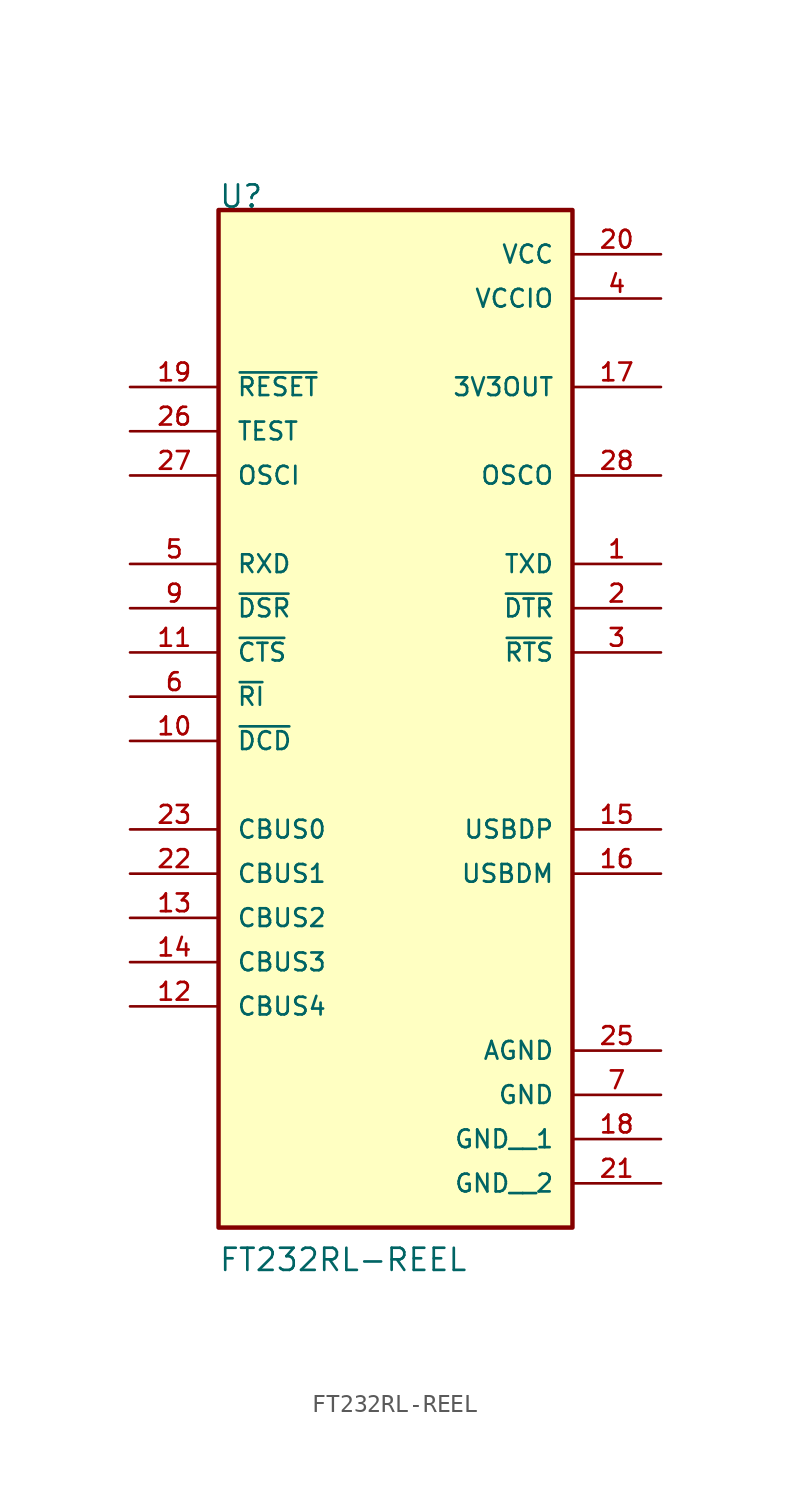
<source format=kicad_sym>
(kicad_symbol_lib
  (version 20211014)
  (generator kicad_symbol_editor)
  (symbol "FT232RL-REEL"
    (pin_names
      (offset 1.016))
    (property "Reference" "U"
      (at -10.174 27.978 0)
      (effects (font (size 1.27 1.27)) (justify bottom left)))
    (property "Value" "FT232RL-REEL"
      (at -10.179 -33.072 0)
      (effects (font (size 1.27 1.27)) (justify bottom left)))
    (symbol "FT232RL-REEL_0_0"
      (rectangle (start -10.16 -30.48) (end 10.16 27.94) (stroke (width 0.254)) (fill (type background)))
      (pin bidirectional line (at 15.24 -7.62 180.0) (length 5.08) (name "USBDP" (effects (font (size 1.016 1.016)))) (number "15" (effects (font (size 1.016 1.016)))))
      (pin bidirectional line (at 15.24 -10.16 180.0) (length 5.08) (name "USBDM" (effects (font (size 1.016 1.016)))) (number "16" (effects (font (size 1.016 1.016)))))
      (pin power_in line (at 15.24 22.86 180.0) (length 5.08) (name "VCCIO" (effects (font (size 1.016 1.016)))) (number "4" (effects (font (size 1.016 1.016)))))
      (pin power_in line (at 15.24 -22.86 180.0) (length 5.08) (name "GND" (effects (font (size 1.016 1.016)))) (number "7" (effects (font (size 1.016 1.016)))))
      (pin output line (at 15.24 17.78 180.0) (length 5.08) (name "3V3OUT" (effects (font (size 1.016 1.016)))) (number "17" (effects (font (size 1.016 1.016)))))
      (pin power_in line (at 15.24 25.4 180.0) (length 5.08) (name "VCC" (effects (font (size 1.016 1.016)))) (number "20" (effects (font (size 1.016 1.016)))))
      (pin power_in line (at 15.24 -20.32 180.0) (length 5.08) (name "AGND" (effects (font (size 1.016 1.016)))) (number "25" (effects (font (size 1.016 1.016)))))
      (pin input line (at -15.24 17.78 0) (length 5.08) (name "~{RESET}" (effects (font (size 1.016 1.016)))) (number "19" (effects (font (size 1.016 1.016)))))
      (pin input line (at -15.24 15.24 0) (length 5.08) (name "TEST" (effects (font (size 1.016 1.016)))) (number "26" (effects (font (size 1.016 1.016)))))
      (pin input line (at -15.24 12.7 0) (length 5.08) (name "OSCI" (effects (font (size 1.016 1.016)))) (number "27" (effects (font (size 1.016 1.016)))))
      (pin output line (at 15.24 12.7 180.0) (length 5.08) (name "OSCO" (effects (font (size 1.016 1.016)))) (number "28" (effects (font (size 1.016 1.016)))))
      (pin output line (at 15.24 7.62 180.0) (length 5.08) (name "TXD" (effects (font (size 1.016 1.016)))) (number "1" (effects (font (size 1.016 1.016)))))
      (pin output line (at 15.24 5.08 180.0) (length 5.08) (name "~{DTR}" (effects (font (size 1.016 1.016)))) (number "2" (effects (font (size 1.016 1.016)))))
      (pin output line (at 15.24 2.54 180.0) (length 5.08) (name "~{RTS}" (effects (font (size 1.016 1.016)))) (number "3" (effects (font (size 1.016 1.016)))))
      (pin input line (at -15.24 7.62 0) (length 5.08) (name "RXD" (effects (font (size 1.016 1.016)))) (number "5" (effects (font (size 1.016 1.016)))))
      (pin input line (at -15.24 0.0 0) (length 5.08) (name "~{RI}" (effects (font (size 1.016 1.016)))) (number "6" (effects (font (size 1.016 1.016)))))
      (pin input line (at -15.24 5.08 0) (length 5.08) (name "~{DSR}" (effects (font (size 1.016 1.016)))) (number "9" (effects (font (size 1.016 1.016)))))
      (pin input line (at -15.24 2.54 0) (length 5.08) (name "~{CTS}" (effects (font (size 1.016 1.016)))) (number "11" (effects (font (size 1.016 1.016)))))
      (pin input line (at -15.24 -2.54 0) (length 5.08) (name "~{DCD}" (effects (font (size 1.016 1.016)))) (number "10" (effects (font (size 1.016 1.016)))))
      (pin bidirectional line (at -15.24 -7.62 0) (length 5.08) (name "CBUS0" (effects (font (size 1.016 1.016)))) (number "23" (effects (font (size 1.016 1.016)))))
      (pin bidirectional line (at -15.24 -10.16 0) (length 5.08) (name "CBUS1" (effects (font (size 1.016 1.016)))) (number "22" (effects (font (size 1.016 1.016)))))
      (pin bidirectional line (at -15.24 -12.7 0) (length 5.08) (name "CBUS2" (effects (font (size 1.016 1.016)))) (number "13" (effects (font (size 1.016 1.016)))))
      (pin bidirectional line (at -15.24 -15.24 0) (length 5.08) (name "CBUS3" (effects (font (size 1.016 1.016)))) (number "14" (effects (font (size 1.016 1.016)))))
      (pin bidirectional line (at -15.24 -17.78 0) (length 5.08) (name "CBUS4" (effects (font (size 1.016 1.016)))) (number "12" (effects (font (size 1.016 1.016)))))
      (pin power_in line (at 15.24 -25.4 180.0) (length 5.08) (name "GND__1" (effects (font (size 1.016 1.016)))) (number "18" (effects (font (size 1.016 1.016)))))
      (pin power_in line (at 15.24 -27.94 180.0) (length 5.08) (name "GND__2" (effects (font (size 1.016 1.016)))) (number "21" (effects (font (size 1.016 1.016))))))))
</source>
